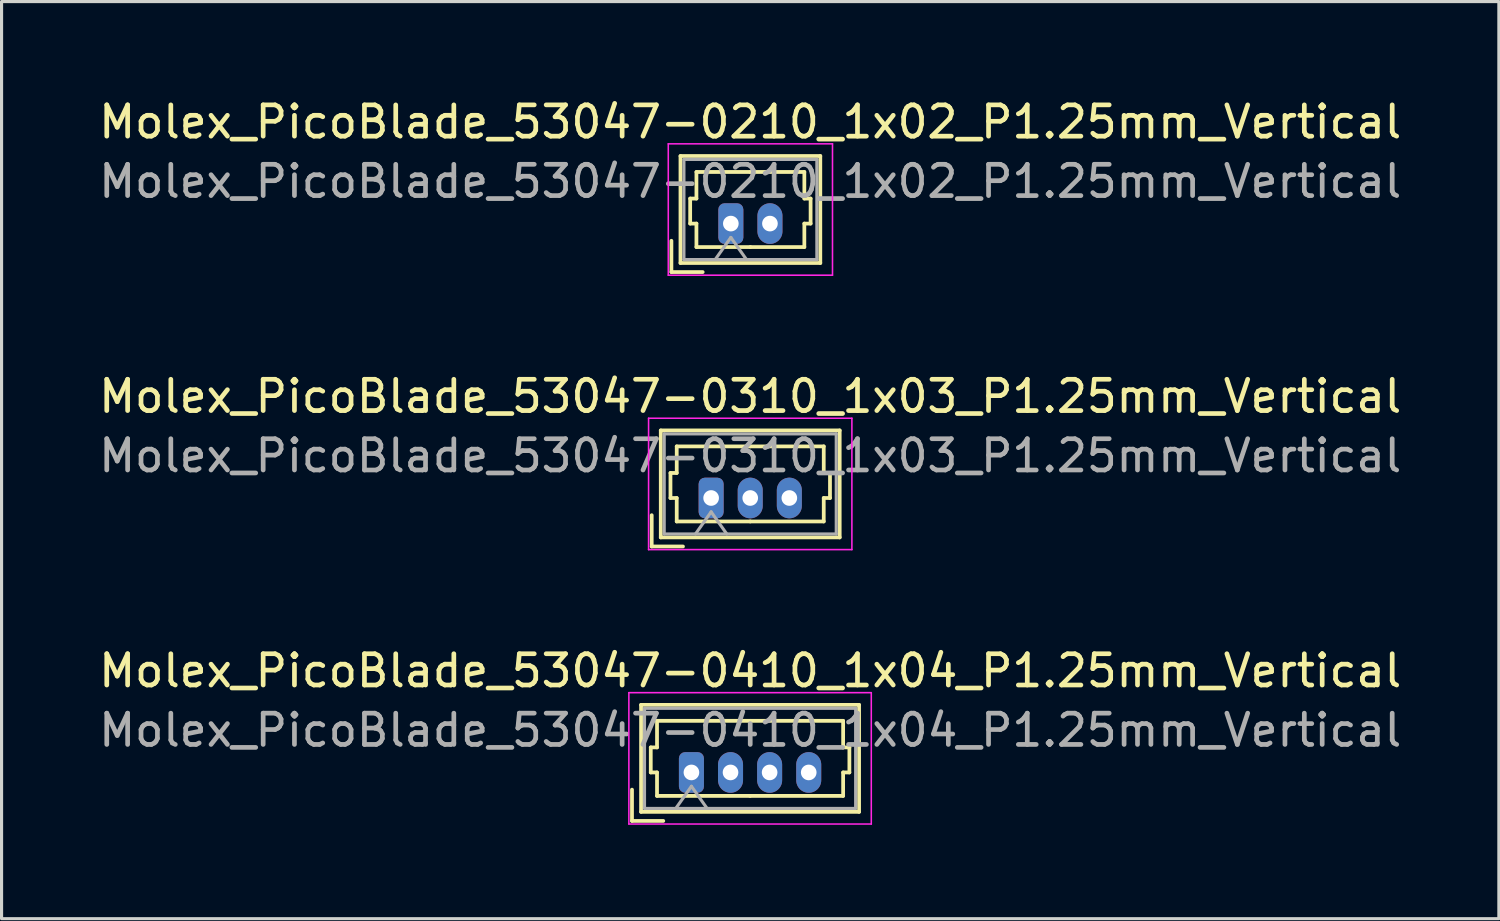
<source format=kicad_pcb>
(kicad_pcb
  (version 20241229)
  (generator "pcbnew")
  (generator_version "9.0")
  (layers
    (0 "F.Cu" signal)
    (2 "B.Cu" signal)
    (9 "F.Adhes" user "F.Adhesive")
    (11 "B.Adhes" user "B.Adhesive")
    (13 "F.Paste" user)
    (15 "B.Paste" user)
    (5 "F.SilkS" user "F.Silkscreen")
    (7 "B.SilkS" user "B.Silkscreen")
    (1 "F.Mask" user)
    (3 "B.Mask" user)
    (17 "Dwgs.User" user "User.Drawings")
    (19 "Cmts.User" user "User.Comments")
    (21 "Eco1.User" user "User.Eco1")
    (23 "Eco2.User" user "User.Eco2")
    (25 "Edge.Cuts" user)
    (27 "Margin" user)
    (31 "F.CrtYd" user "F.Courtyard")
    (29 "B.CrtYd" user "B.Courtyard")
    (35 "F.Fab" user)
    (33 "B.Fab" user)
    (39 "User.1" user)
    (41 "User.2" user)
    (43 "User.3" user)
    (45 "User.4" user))
  (footprint "Molex_PicoBlade_53047-0310_1x03_P1.25mm_Vertical"
    (layer "F.Cu")
    (at 19.685 12.871)
    (property "Reference" "Molex_PicoBlade_53047-0310_1x03_P1.25mm_Vertical" (at 1.25 -3.25 0) (layer "F.SilkS") (effects (font (size 1 1) (thickness 0.15))))
    (attr through_hole)
    (fp_line (start -1.9 1.55) (end -1.9 0.55) (stroke (width 0.12) (type solid)) (layer "F.SilkS"))
    (fp_line (start -1.9 1.55) (end -0.9 1.55) (stroke (width 0.12) (type solid)) (layer "F.SilkS"))
    (fp_line (start -1.61 -2.16) (end -1.61 1.26) (stroke (width 0.12) (type solid)) (layer "F.SilkS"))
    (fp_line (start -1.61 1.26) (end 4.11 1.26) (stroke (width 0.12) (type solid)) (layer "F.SilkS"))
    (fp_line (start -1.3 -0.8) (end -1.1 -0.8) (stroke (width 0.12) (type solid)) (layer "F.SilkS"))
    (fp_line (start -1.3 0) (end -1.3 -0.8) (stroke (width 0.12) (type solid)) (layer "F.SilkS"))
    (fp_line (start -1.1 -1.65) (end 1.25 -1.65) (stroke (width 0.12) (type solid)) (layer "F.SilkS"))
    (fp_line (start -1.1 -0.8) (end -1.1 -1.65) (stroke (width 0.12) (type solid)) (layer "F.SilkS"))
    (fp_line (start -1.1 0) (end -1.3 0) (stroke (width 0.12) (type solid)) (layer "F.SilkS"))
    (fp_line (start -1.1 0.75) (end -1.1 0) (stroke (width 0.12) (type solid)) (layer "F.SilkS"))
    (fp_line (start 1.25 0.75) (end -1.1 0.75) (stroke (width 0.12) (type solid)) (layer "F.SilkS"))
    (fp_line (start 1.25 0.75) (end 3.6 0.75) (stroke (width 0.12) (type solid)) (layer "F.SilkS"))
    (fp_line (start 3.6 -1.65) (end 1.25 -1.65) (stroke (width 0.12) (type solid)) (layer "F.SilkS"))
    (fp_line (start 3.6 -0.8) (end 3.6 -1.65) (stroke (width 0.12) (type solid)) (layer "F.SilkS"))
    (fp_line (start 3.6 0) (end 3.8 0) (stroke (width 0.12) (type solid)) (layer "F.SilkS"))
    (fp_line (start 3.6 0.75) (end 3.6 0) (stroke (width 0.12) (type solid)) (layer "F.SilkS"))
    (fp_line (start 3.8 -0.8) (end 3.6 -0.8) (stroke (width 0.12) (type solid)) (layer "F.SilkS"))
    (fp_line (start 3.8 0) (end 3.8 -0.8) (stroke (width 0.12) (type solid)) (layer "F.SilkS"))
    (fp_line (start 4.11 -2.16) (end -1.61 -2.16) (stroke (width 0.12) (type solid)) (layer "F.SilkS"))
    (fp_line (start 4.11 1.26) (end 4.11 -2.16) (stroke (width 0.12) (type solid)) (layer "F.SilkS"))
    (fp_line (start -2 -2.55) (end -2 1.65) (stroke (width 0.05) (type solid)) (layer "F.CrtYd"))
    (fp_line (start -2 1.65) (end 4.5 1.65) (stroke (width 0.05) (type solid)) (layer "F.CrtYd"))
    (fp_line (start 4.5 -2.55) (end -2 -2.55) (stroke (width 0.05) (type solid)) (layer "F.CrtYd"))
    (fp_line (start 4.5 1.65) (end 4.5 -2.55) (stroke (width 0.05) (type solid)) (layer "F.CrtYd"))
    (fp_line (start -1.5 -2.05) (end -1.5 1.15) (stroke (width 0.1) (type solid)) (layer "F.Fab"))
    (fp_line (start -1.5 1.15) (end 4 1.15) (stroke (width 0.1) (type solid)) (layer "F.Fab"))
    (fp_line (start -0.5 1.15) (end 0 0.443) (stroke (width 0.1) (type solid)) (layer "F.Fab"))
    (fp_line (start 0 0.443) (end 0.5 1.15) (stroke (width 0.1) (type solid)) (layer "F.Fab"))
    (fp_line (start 4 -2.05) (end -1.5 -2.05) (stroke (width 0.1) (type solid)) (layer "F.Fab"))
    (fp_line (start 4 1.15) (end 4 -2.05) (stroke (width 0.1) (type solid)) (layer "F.Fab"))
    (fp_text user "${REFERENCE}" (at 1.25 -1.35 0) (layer "F.Fab") (effects (font (size 1 1) (thickness 0.15))))
    (pad "1" thru_hole roundrect (at 0 0) (size 0.8 1.3) (drill 0.5) (layers "*.Cu" "*.Mask") (roundrect_rratio 0.25))
    (pad "2" thru_hole oval (at 1.25 0) (size 0.8 1.3) (drill 0.5) (layers "*.Cu" "*.Mask"))
    (pad "3" thru_hole oval (at 2.5 0) (size 0.8 1.3) (drill 0.5) (layers "*.Cu" "*.Mask")))
  (footprint "Molex_PicoBlade_53047-0210_1x02_P1.25mm_Vertical"
    (layer "F.Cu")
    (at 20.315 4.098)
    (property "Reference" "Molex_PicoBlade_53047-0210_1x02_P1.25mm_Vertical" (at 0.62 -3.25 0) (layer "F.SilkS") (effects (font (size 1 1) (thickness 0.15))))
    (attr through_hole)
    (fp_line (start -1.9 1.55) (end -1.9 0.55) (stroke (width 0.12) (type solid)) (layer "F.SilkS"))
    (fp_line (start -1.9 1.55) (end -0.9 1.55) (stroke (width 0.12) (type solid)) (layer "F.SilkS"))
    (fp_line (start -1.61 -2.16) (end -1.61 1.26) (stroke (width 0.12) (type solid)) (layer "F.SilkS"))
    (fp_line (start -1.61 1.26) (end 2.86 1.26) (stroke (width 0.12) (type solid)) (layer "F.SilkS"))
    (fp_line (start -1.3 -0.8) (end -1.1 -0.8) (stroke (width 0.12) (type solid)) (layer "F.SilkS"))
    (fp_line (start -1.3 0) (end -1.3 -0.8) (stroke (width 0.12) (type solid)) (layer "F.SilkS"))
    (fp_line (start -1.1 -1.65) (end 0.625 -1.65) (stroke (width 0.12) (type solid)) (layer "F.SilkS"))
    (fp_line (start -1.1 -0.8) (end -1.1 -1.65) (stroke (width 0.12) (type solid)) (layer "F.SilkS"))
    (fp_line (start -1.1 0) (end -1.3 0) (stroke (width 0.12) (type solid)) (layer "F.SilkS"))
    (fp_line (start -1.1 0.75) (end -1.1 0) (stroke (width 0.12) (type solid)) (layer "F.SilkS"))
    (fp_line (start 0.625 0.75) (end -1.1 0.75) (stroke (width 0.12) (type solid)) (layer "F.SilkS"))
    (fp_line (start 0.625 0.75) (end 2.35 0.75) (stroke (width 0.12) (type solid)) (layer "F.SilkS"))
    (fp_line (start 2.35 -1.65) (end 0.625 -1.65) (stroke (width 0.12) (type solid)) (layer "F.SilkS"))
    (fp_line (start 2.35 -0.8) (end 2.35 -1.65) (stroke (width 0.12) (type solid)) (layer "F.SilkS"))
    (fp_line (start 2.35 0) (end 2.55 0) (stroke (width 0.12) (type solid)) (layer "F.SilkS"))
    (fp_line (start 2.35 0.75) (end 2.35 0) (stroke (width 0.12) (type solid)) (layer "F.SilkS"))
    (fp_line (start 2.55 -0.8) (end 2.35 -0.8) (stroke (width 0.12) (type solid)) (layer "F.SilkS"))
    (fp_line (start 2.55 0) (end 2.55 -0.8) (stroke (width 0.12) (type solid)) (layer "F.SilkS"))
    (fp_line (start 2.86 -2.16) (end -1.61 -2.16) (stroke (width 0.12) (type solid)) (layer "F.SilkS"))
    (fp_line (start 2.86 1.26) (end 2.86 -2.16) (stroke (width 0.12) (type solid)) (layer "F.SilkS"))
    (fp_line (start -2 -2.55) (end -2 1.65) (stroke (width 0.05) (type solid)) (layer "F.CrtYd"))
    (fp_line (start -2 1.65) (end 3.25 1.65) (stroke (width 0.05) (type solid)) (layer "F.CrtYd"))
    (fp_line (start 3.25 -2.55) (end -2 -2.55) (stroke (width 0.05) (type solid)) (layer "F.CrtYd"))
    (fp_line (start 3.25 1.65) (end 3.25 -2.55) (stroke (width 0.05) (type solid)) (layer "F.CrtYd"))
    (fp_line (start -1.5 -2.05) (end -1.5 1.15) (stroke (width 0.1) (type solid)) (layer "F.Fab"))
    (fp_line (start -1.5 1.15) (end 2.75 1.15) (stroke (width 0.1) (type solid)) (layer "F.Fab"))
    (fp_line (start -0.5 1.15) (end 0 0.443) (stroke (width 0.1) (type solid)) (layer "F.Fab"))
    (fp_line (start 0 0.443) (end 0.5 1.15) (stroke (width 0.1) (type solid)) (layer "F.Fab"))
    (fp_line (start 2.75 -2.05) (end -1.5 -2.05) (stroke (width 0.1) (type solid)) (layer "F.Fab"))
    (fp_line (start 2.75 1.15) (end 2.75 -2.05) (stroke (width 0.1) (type solid)) (layer "F.Fab"))
    (fp_text user "${REFERENCE}" (at 0.62 -1.35 0) (layer "F.Fab") (effects (font (size 1 1) (thickness 0.15))))
    (pad "1" thru_hole roundrect (at 0 0) (size 0.8 1.3) (drill 0.5) (layers "*.Cu" "*.Mask") (roundrect_rratio 0.25))
    (pad "2" thru_hole oval (at 1.25 0) (size 0.8 1.3) (drill 0.5) (layers "*.Cu" "*.Mask")))
  (footprint "Molex_PicoBlade_53047-0410_1x04_P1.25mm_Vertical"
    (layer "F.Cu")
    (at 19.055 21.645)
    (property "Reference" "Molex_PicoBlade_53047-0410_1x04_P1.25mm_Vertical" (at 1.88 -3.25 0) (layer "F.SilkS") (effects (font (size 1 1) (thickness 0.15))))
    (attr through_hole)
    (fp_line (start -1.9 1.55) (end -1.9 0.55) (stroke (width 0.12) (type solid)) (layer "F.SilkS"))
    (fp_line (start -1.9 1.55) (end -0.9 1.55) (stroke (width 0.12) (type solid)) (layer "F.SilkS"))
    (fp_line (start -1.61 -2.16) (end -1.61 1.26) (stroke (width 0.12) (type solid)) (layer "F.SilkS"))
    (fp_line (start -1.61 1.26) (end 5.36 1.26) (stroke (width 0.12) (type solid)) (layer "F.SilkS"))
    (fp_line (start -1.3 -0.8) (end -1.1 -0.8) (stroke (width 0.12) (type solid)) (layer "F.SilkS"))
    (fp_line (start -1.3 0) (end -1.3 -0.8) (stroke (width 0.12) (type solid)) (layer "F.SilkS"))
    (fp_line (start -1.1 -1.65) (end 1.875 -1.65) (stroke (width 0.12) (type solid)) (layer "F.SilkS"))
    (fp_line (start -1.1 -0.8) (end -1.1 -1.65) (stroke (width 0.12) (type solid)) (layer "F.SilkS"))
    (fp_line (start -1.1 0) (end -1.3 0) (stroke (width 0.12) (type solid)) (layer "F.SilkS"))
    (fp_line (start -1.1 0.75) (end -1.1 0) (stroke (width 0.12) (type solid)) (layer "F.SilkS"))
    (fp_line (start 1.875 0.75) (end -1.1 0.75) (stroke (width 0.12) (type solid)) (layer "F.SilkS"))
    (fp_line (start 1.875 0.75) (end 4.85 0.75) (stroke (width 0.12) (type solid)) (layer "F.SilkS"))
    (fp_line (start 4.85 -1.65) (end 1.875 -1.65) (stroke (width 0.12) (type solid)) (layer "F.SilkS"))
    (fp_line (start 4.85 -0.8) (end 4.85 -1.65) (stroke (width 0.12) (type solid)) (layer "F.SilkS"))
    (fp_line (start 4.85 0) (end 5.05 0) (stroke (width 0.12) (type solid)) (layer "F.SilkS"))
    (fp_line (start 4.85 0.75) (end 4.85 0) (stroke (width 0.12) (type solid)) (layer "F.SilkS"))
    (fp_line (start 5.05 -0.8) (end 4.85 -0.8) (stroke (width 0.12) (type solid)) (layer "F.SilkS"))
    (fp_line (start 5.05 0) (end 5.05 -0.8) (stroke (width 0.12) (type solid)) (layer "F.SilkS"))
    (fp_line (start 5.36 -2.16) (end -1.61 -2.16) (stroke (width 0.12) (type solid)) (layer "F.SilkS"))
    (fp_line (start 5.36 1.26) (end 5.36 -2.16) (stroke (width 0.12) (type solid)) (layer "F.SilkS"))
    (fp_line (start -2 -2.55) (end -2 1.65) (stroke (width 0.05) (type solid)) (layer "F.CrtYd"))
    (fp_line (start -2 1.65) (end 5.75 1.65) (stroke (width 0.05) (type solid)) (layer "F.CrtYd"))
    (fp_line (start 5.75 -2.55) (end -2 -2.55) (stroke (width 0.05) (type solid)) (layer "F.CrtYd"))
    (fp_line (start 5.75 1.65) (end 5.75 -2.55) (stroke (width 0.05) (type solid)) (layer "F.CrtYd"))
    (fp_line (start -1.5 -2.05) (end -1.5 1.15) (stroke (width 0.1) (type solid)) (layer "F.Fab"))
    (fp_line (start -1.5 1.15) (end 5.25 1.15) (stroke (width 0.1) (type solid)) (layer "F.Fab"))
    (fp_line (start -0.5 1.15) (end 0 0.443) (stroke (width 0.1) (type solid)) (layer "F.Fab"))
    (fp_line (start 0 0.443) (end 0.5 1.15) (stroke (width 0.1) (type solid)) (layer "F.Fab"))
    (fp_line (start 5.25 -2.05) (end -1.5 -2.05) (stroke (width 0.1) (type solid)) (layer "F.Fab"))
    (fp_line (start 5.25 1.15) (end 5.25 -2.05) (stroke (width 0.1) (type solid)) (layer "F.Fab"))
    (fp_text user "${REFERENCE}" (at 1.88 -1.35 0) (layer "F.Fab") (effects (font (size 1 1) (thickness 0.15))))
    (pad "1" thru_hole roundrect (at 0 0) (size 0.8 1.3) (drill 0.5) (layers "*.Cu" "*.Mask") (roundrect_rratio 0.25))
    (pad "2" thru_hole oval (at 1.25 0) (size 0.8 1.3) (drill 0.5) (layers "*.Cu" "*.Mask"))
    (pad "3" thru_hole oval (at 2.5 0) (size 0.8 1.3) (drill 0.5) (layers "*.Cu" "*.Mask"))
    (pad "4" thru_hole oval (at 3.75 0) (size 0.8 1.3) (drill 0.5) (layers "*.Cu" "*.Mask")))
  (gr_rect
    (start -3 -3)
    (end 44.869 26.32)
    (stroke (width 0.1) (type default))
    (fill no)
    (layer "Edge.Cuts")))
</source>
